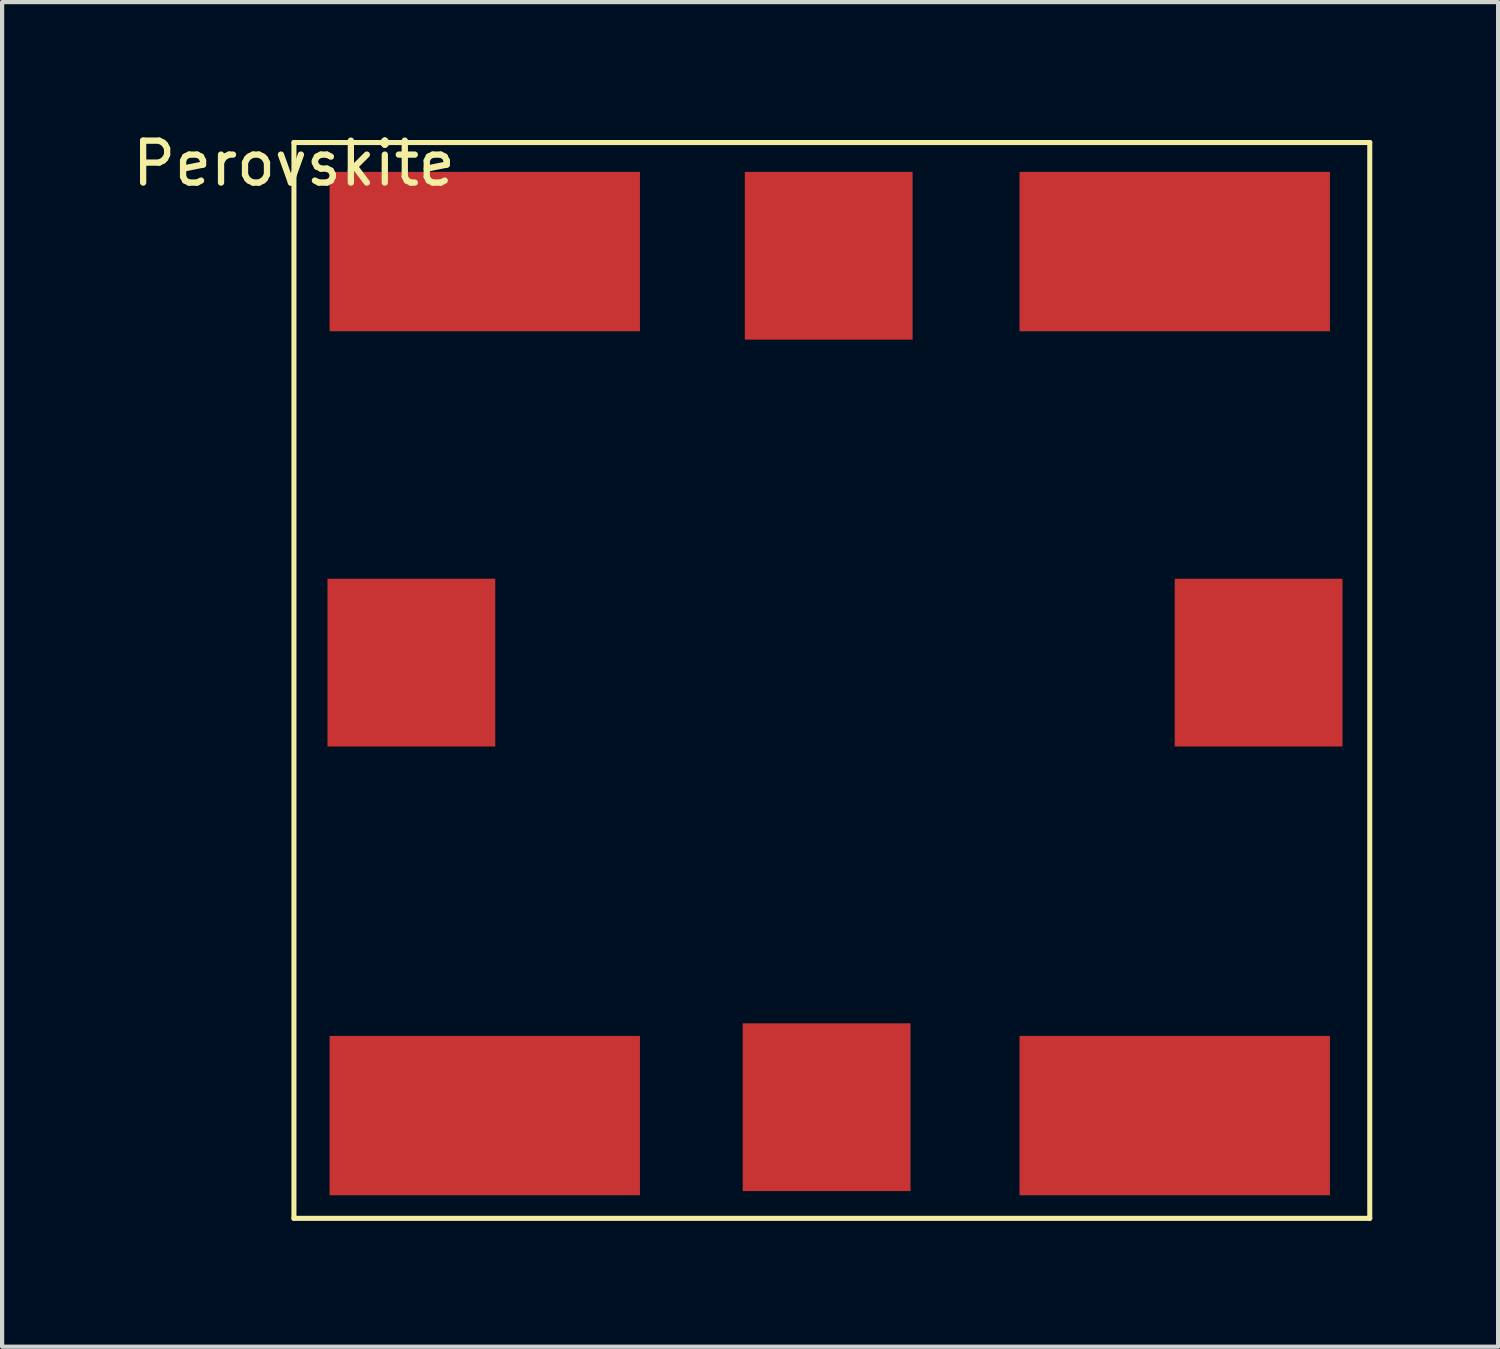
<source format=kicad_pcb>
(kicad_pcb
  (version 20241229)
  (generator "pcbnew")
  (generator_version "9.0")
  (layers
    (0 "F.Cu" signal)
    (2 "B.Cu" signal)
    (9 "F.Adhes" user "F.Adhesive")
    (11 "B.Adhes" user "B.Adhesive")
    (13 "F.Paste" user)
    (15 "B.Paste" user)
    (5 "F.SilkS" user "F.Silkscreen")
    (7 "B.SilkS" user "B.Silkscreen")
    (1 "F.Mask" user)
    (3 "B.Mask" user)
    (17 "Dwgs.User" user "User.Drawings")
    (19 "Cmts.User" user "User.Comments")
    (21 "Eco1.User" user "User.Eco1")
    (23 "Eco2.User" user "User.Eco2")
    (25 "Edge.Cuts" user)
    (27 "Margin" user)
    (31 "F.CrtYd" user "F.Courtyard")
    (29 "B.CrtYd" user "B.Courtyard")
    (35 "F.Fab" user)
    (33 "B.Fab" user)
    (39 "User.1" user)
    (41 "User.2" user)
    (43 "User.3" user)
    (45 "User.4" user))
  (footprint "Perovskite"
    (layer "F.Cu")
    (at 3.958 0.348)
    (property "Reference" "Perovskite" (at 0 0.5 0) (layer "F.SilkS") (effects (font (size 1 1) (thickness 0.15))))
    (attr through_hole)
    (fp_line (start 0 0) (end 0 25.65) (stroke (width 0.12) (type solid)) (layer "F.SilkS"))
    (fp_line (start 0 0) (end 25.65 0) (stroke (width 0.12) (type solid)) (layer "F.SilkS"))
    (fp_line (start 0 25.65) (end 25.65 25.65) (stroke (width 0.12) (type solid)) (layer "F.SilkS"))
    (fp_line (start 25.65 0) (end 25.65 25.65) (stroke (width 0.12) (type solid)) (layer "F.SilkS"))
    (fp_line (start 0 0) (end 25.65 25.65) (stroke (width 0.12) (type solid)) (layer "Eco1.User"))
    (fp_line (start 0 25.65) (end 25.65 0) (stroke (width 0.12) (type solid)) (layer "Eco1.User"))
    (pad "1" smd rect (at 4.55 2.6) (size 7.4 3.8) (layers "F.Cu" "F.Mask" "F.Paste"))
    (pad "2" smd rect (at 12.75 2.7) (size 4 4) (layers "F.Cu" "F.Mask" "F.Paste"))
    (pad "3" smd rect (at 21 2.6) (size 7.4 3.8) (layers "F.Cu" "F.Mask" "F.Paste"))
    (pad "4" smd rect (at 21 23.2) (size 7.4 3.8) (layers "F.Cu" "F.Mask" "F.Paste"))
    (pad "5" smd rect (at 12.7 23) (size 4 4) (layers "F.Cu" "F.Mask" "F.Paste"))
    (pad "6" smd rect (at 4.55 23.2) (size 7.4 3.8) (layers "F.Cu" "F.Mask" "F.Paste"))
    (pad "7" smd rect (at 2.8 12.4) (size 4 4) (layers "F.Cu" "F.Mask" "F.Paste"))
    (pad "7" smd rect (at 23 12.4) (size 4 4) (layers "F.Cu" "F.Mask" "F.Paste")))
  (gr_rect
    (start -3 -3)
    (end 32.668 29.058)
    (stroke (width 0.1) (type default))
    (fill no)
    (layer "Edge.Cuts")))
</source>
